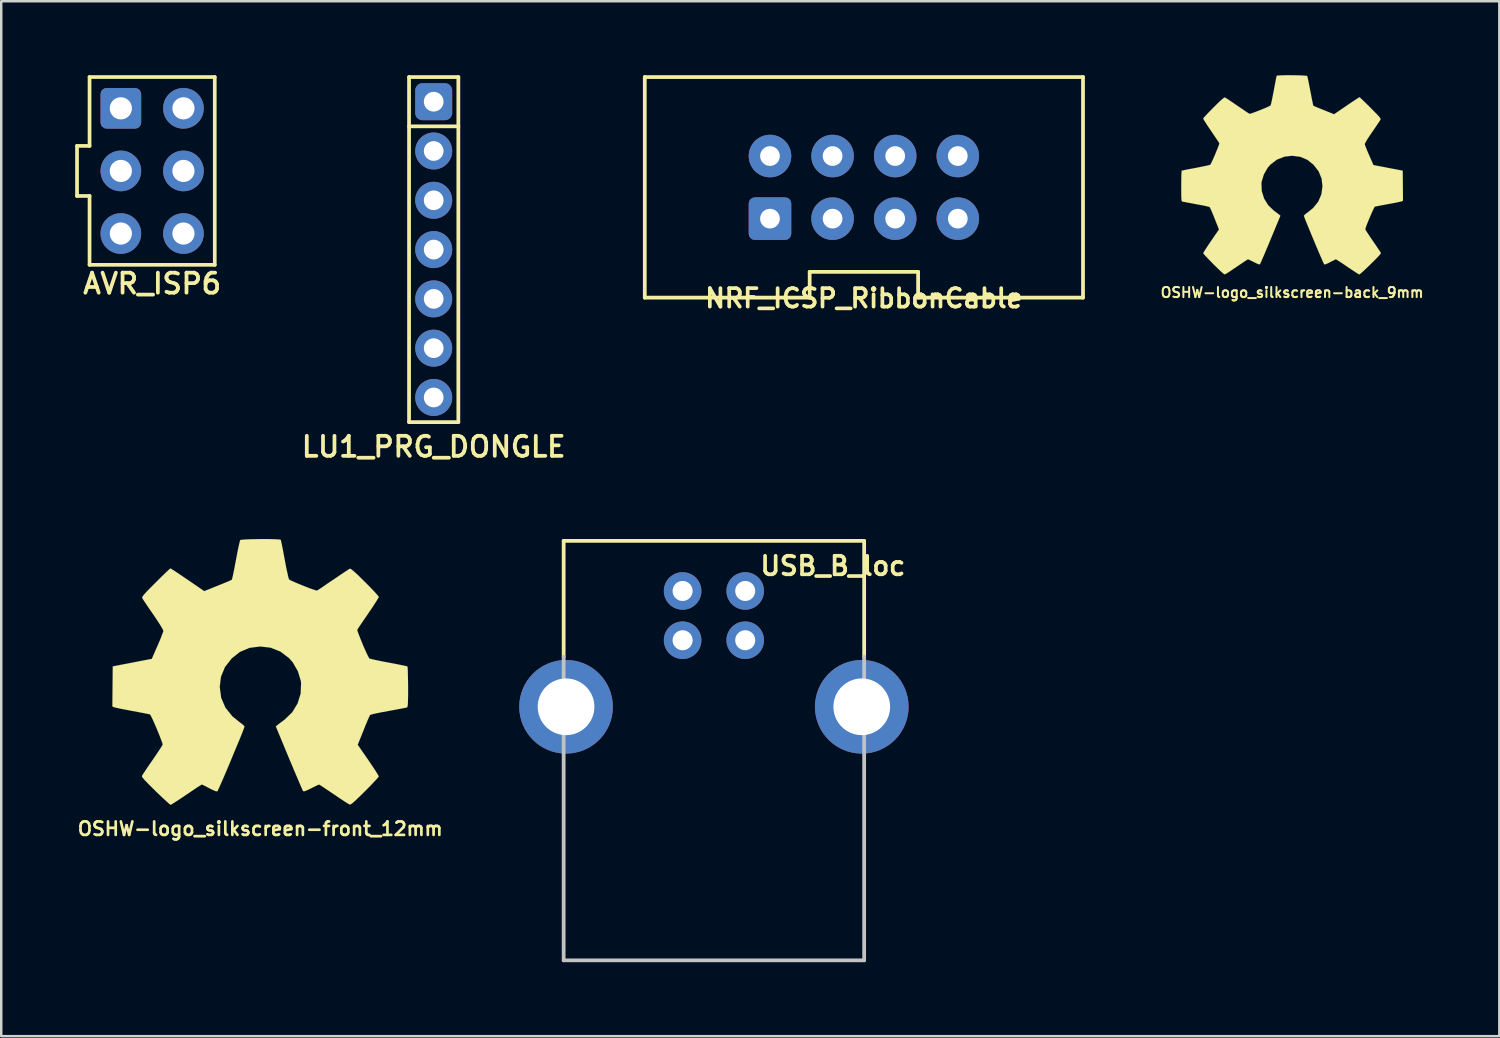
<source format=kicad_pcb>
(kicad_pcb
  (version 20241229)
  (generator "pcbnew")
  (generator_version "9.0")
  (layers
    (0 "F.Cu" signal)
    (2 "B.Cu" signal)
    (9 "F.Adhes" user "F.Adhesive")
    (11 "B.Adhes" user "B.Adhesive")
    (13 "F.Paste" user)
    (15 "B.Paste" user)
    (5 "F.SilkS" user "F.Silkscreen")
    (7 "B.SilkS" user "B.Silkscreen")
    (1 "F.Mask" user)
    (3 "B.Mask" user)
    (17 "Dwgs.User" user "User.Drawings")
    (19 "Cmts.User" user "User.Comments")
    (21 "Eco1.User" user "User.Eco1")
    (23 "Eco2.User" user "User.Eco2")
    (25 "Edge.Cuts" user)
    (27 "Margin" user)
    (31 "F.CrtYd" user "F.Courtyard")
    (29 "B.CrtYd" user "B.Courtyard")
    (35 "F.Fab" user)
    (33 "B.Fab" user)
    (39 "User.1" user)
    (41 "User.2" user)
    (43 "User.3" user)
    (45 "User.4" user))
  (footprint "OSHW-logo_silkscreen-back_9mm"
    (layer "F.Cu")
    (at 49.374 4.045)
    (property "Reference" "OSHW-logo_silkscreen-back_9mm" (at 0 4.773 0) (layer "F.SilkS") (effects (font (size 0.409 0.409) (thickness 0.081))))
    (fp_poly (pts (xy 2.728 4.041) (xy 2.68 4.018) (xy 2.576 3.95) (xy 2.426 3.853) (xy 2.248 3.734) (xy 2.07 3.612) (xy 1.923 3.515) (xy 1.819 3.449) (xy 1.778 3.426) (xy 1.753 3.434) (xy 1.669 3.475) (xy 1.547 3.538) (xy 1.476 3.576) (xy 1.361 3.625) (xy 1.306 3.635) (xy 1.298 3.619) (xy 1.255 3.533) (xy 1.191 3.386) (xy 1.105 3.19) (xy 1.008 2.962) (xy 0.904 2.715) (xy 0.8 2.464) (xy 0.701 2.225) (xy 0.612 2.009) (xy 0.541 1.834) (xy 0.495 1.712) (xy 0.478 1.659) (xy 0.483 1.648) (xy 0.538 1.593) (xy 0.638 1.519) (xy 0.851 1.346) (xy 1.062 1.085) (xy 1.189 0.787) (xy 1.232 0.455) (xy 1.196 0.147) (xy 1.074 -0.147) (xy 0.869 -0.411) (xy 0.62 -0.61) (xy 0.328 -0.734) (xy 0 -0.775) (xy -0.312 -0.739) (xy -0.615 -0.62) (xy -0.879 -0.419) (xy -0.991 -0.29) (xy -1.146 -0.02) (xy -1.234 0.267) (xy -1.245 0.34) (xy -1.232 0.658) (xy -1.138 0.96) (xy -0.97 1.232) (xy -0.739 1.453) (xy -0.711 1.473) (xy -0.602 1.554) (xy -0.531 1.61) (xy -0.475 1.656) (xy -0.876 2.624) (xy -0.94 2.779) (xy -1.052 3.043) (xy -1.148 3.272) (xy -1.227 3.452) (xy -1.28 3.574) (xy -1.303 3.622) (xy -1.306 3.625) (xy -1.341 3.632) (xy -1.415 3.604) (xy -1.549 3.538) (xy -1.641 3.493) (xy -1.742 3.444) (xy -1.788 3.426) (xy -1.829 3.447) (xy -1.928 3.51) (xy -2.07 3.607) (xy -2.245 3.724) (xy -2.408 3.835) (xy -2.56 3.937) (xy -2.672 4.008) (xy -2.725 4.036) (xy -2.733 4.036) (xy -2.781 4.011) (xy -2.868 3.937) (xy -3 3.813) (xy -3.188 3.627) (xy -3.216 3.599) (xy -3.368 3.444) (xy -3.493 3.312) (xy -3.576 3.221) (xy -3.607 3.178) (xy -3.579 3.124) (xy -3.51 3.015) (xy -3.409 2.86) (xy -3.287 2.68) (xy -2.967 2.215) (xy -3.142 1.775) (xy -3.195 1.641) (xy -3.264 1.476) (xy -3.317 1.359) (xy -3.343 1.308) (xy -3.391 1.293) (xy -3.51 1.262) (xy -3.686 1.227) (xy -3.894 1.189) (xy -4.092 1.151) (xy -4.27 1.118) (xy -4.399 1.092) (xy -4.458 1.082) (xy -4.473 1.072) (xy -4.483 1.044) (xy -4.491 0.983) (xy -4.496 0.874) (xy -4.498 0.704) (xy -4.498 0.455) (xy -4.498 0.429) (xy -4.496 0.191) (xy -4.493 0.003) (xy -4.486 -0.119) (xy -4.478 -0.168) (xy -4.475 -0.17) (xy -4.422 -0.183) (xy -4.295 -0.211) (xy -4.115 -0.244) (xy -3.901 -0.284) (xy -3.889 -0.287) (xy -3.675 -0.33) (xy -3.498 -0.366) (xy -3.373 -0.394) (xy -3.32 -0.411) (xy -3.31 -0.427) (xy -3.266 -0.511) (xy -3.205 -0.643) (xy -3.134 -0.803) (xy -3.066 -0.97) (xy -3.005 -1.12) (xy -2.964 -1.232) (xy -2.951 -1.283) (xy -2.951 -1.285) (xy -2.985 -1.336) (xy -3.058 -1.445) (xy -3.162 -1.598) (xy -3.284 -1.781) (xy -3.294 -1.793) (xy -3.416 -1.974) (xy -3.515 -2.126) (xy -3.584 -2.235) (xy -3.607 -2.283) (xy -3.607 -2.286) (xy -3.566 -2.339) (xy -3.475 -2.441) (xy -3.343 -2.578) (xy -3.185 -2.738) (xy -3.137 -2.786) (xy -2.962 -2.959) (xy -2.84 -3.068) (xy -2.764 -3.129) (xy -2.728 -3.142) (xy -2.725 -3.142) (xy -2.672 -3.109) (xy -2.558 -3.035) (xy -2.405 -2.931) (xy -2.223 -2.807) (xy -2.21 -2.797) (xy -2.029 -2.675) (xy -1.88 -2.573) (xy -1.773 -2.504) (xy -1.727 -2.477) (xy -1.717 -2.477) (xy -1.646 -2.497) (xy -1.516 -2.543) (xy -1.359 -2.603) (xy -1.194 -2.67) (xy -1.041 -2.733) (xy -0.93 -2.786) (xy -0.876 -2.814) (xy -0.874 -2.817) (xy -0.853 -2.883) (xy -0.823 -3.018) (xy -0.785 -3.203) (xy -0.744 -3.421) (xy -0.737 -3.457) (xy -0.696 -3.673) (xy -0.663 -3.851) (xy -0.638 -3.973) (xy -0.625 -4.023) (xy -0.594 -4.028) (xy -0.488 -4.036) (xy -0.33 -4.041) (xy -0.135 -4.044) (xy 0.069 -4.041) (xy 0.267 -4.039) (xy 0.437 -4.031) (xy 0.559 -4.023) (xy 0.61 -4.013) (xy 0.61 -4.011) (xy 0.63 -3.945) (xy 0.658 -3.81) (xy 0.696 -3.622) (xy 0.739 -3.401) (xy 0.747 -3.363) (xy 0.787 -3.15) (xy 0.823 -2.974) (xy 0.848 -2.852) (xy 0.861 -2.807) (xy 0.881 -2.797) (xy 0.97 -2.756) (xy 1.113 -2.697) (xy 1.29 -2.626) (xy 1.702 -2.459) (xy 2.207 -2.804) (xy 2.253 -2.837) (xy 2.436 -2.959) (xy 2.586 -3.058) (xy 2.69 -3.127) (xy 2.731 -3.152) (xy 2.736 -3.15) (xy 2.786 -3.106) (xy 2.885 -3.012) (xy 3.023 -2.878) (xy 3.183 -2.72) (xy 3.299 -2.601) (xy 3.439 -2.461) (xy 3.526 -2.365) (xy 3.574 -2.304) (xy 3.592 -2.268) (xy 3.586 -2.243) (xy 3.556 -2.192) (xy 3.48 -2.08) (xy 3.376 -1.925) (xy 3.254 -1.748) (xy 3.152 -1.598) (xy 3.043 -1.43) (xy 2.972 -1.308) (xy 2.946 -1.25) (xy 2.954 -1.224) (xy 2.987 -1.125) (xy 3.048 -0.975) (xy 3.124 -0.798) (xy 3.299 -0.399) (xy 3.561 -0.348) (xy 3.721 -0.318) (xy 3.942 -0.274) (xy 4.155 -0.234) (xy 4.488 -0.17) (xy 4.498 1.049) (xy 4.448 1.072) (xy 4.399 1.085) (xy 4.275 1.113) (xy 4.1 1.148) (xy 3.894 1.186) (xy 3.716 1.219) (xy 3.538 1.252) (xy 3.411 1.278) (xy 3.355 1.29) (xy 3.34 1.308) (xy 3.297 1.394) (xy 3.233 1.532) (xy 3.162 1.697) (xy 3.091 1.867) (xy 3.028 2.024) (xy 2.985 2.144) (xy 2.969 2.207) (xy 2.992 2.253) (xy 3.058 2.357) (xy 3.157 2.507) (xy 3.279 2.685) (xy 3.399 2.86) (xy 3.5 3.012) (xy 3.574 3.119) (xy 3.602 3.17) (xy 3.586 3.203) (xy 3.515 3.289) (xy 3.383 3.426) (xy 3.185 3.622) (xy 3.152 3.655) (xy 2.995 3.807) (xy 2.863 3.929) (xy 2.769 4.011) (xy 2.728 4.041)) (stroke (width 0.003) (type solid)) (fill yes) (layer "F.SilkS")))
  (footprint "USB_B_loc"
    (layer "F.Cu")
    (at 25.915 25.626)
    (property "Reference" "USB_B_loc" (at 4.826 -5.715 0) (layer "F.SilkS") (effects (font (size 0.75 0.75) (thickness 0.15) (bold yes))))
    (attr through_hole)
    (fp_line (start -6.096 -6.731) (end -6.096 -2.032) (stroke (width 0.152) (type solid)) (layer "F.SilkS"))
    (fp_line (start 6.096 -6.731) (end -6.096 -6.731) (stroke (width 0.152) (type solid)) (layer "F.SilkS"))
    (fp_line (start 6.096 -6.731) (end 6.096 -2.032) (stroke (width 0.152) (type solid)) (layer "F.SilkS"))
    (fp_line (start -6.096 10.287) (end -6.096 -2.032) (stroke (width 0.152) (type solid)) (layer "Dwgs.User"))
    (fp_line (start -6.096 10.287) (end 6.096 10.287) (stroke (width 0.152) (type solid)) (layer "Dwgs.User"))
    (fp_line (start 6.096 10.287) (end 6.096 -2.032) (stroke (width 0.152) (type solid)) (layer "Dwgs.User"))
    (pad "1" thru_hole circle (at 1.27 -4.699) (size 1.524 1.524) (drill 0.813) (layers "*.Cu" "*.Mask"))
    (pad "2" thru_hole circle (at -1.27 -4.699) (size 1.524 1.524) (drill 0.813) (layers "*.Cu" "*.Mask"))
    (pad "3" thru_hole circle (at -1.27 -2.7) (size 1.524 1.524) (drill 0.813) (layers "*.Cu" "*.Mask"))
    (pad "4" thru_hole circle (at 1.27 -2.7) (size 1.524 1.524) (drill 0.813) (layers "*.Cu" "*.Mask"))
    (pad "5" thru_hole circle (at -5.999 0) (size 3.8 3.8) (drill 2.3) (layers "*.Cu" "*.Mask"))
    (pad "5" thru_hole circle (at 5.999 0) (size 3.8 3.8) (drill 2.3) (layers "*.Cu" "*.Mask")))
  (footprint "AVR_ISP6"
    (layer "F.Cu")
    (at 3.123 3.885)
    (property "Reference" "AVR_ISP6" (at 0 4.572 0) (layer "F.SilkS") (effects (font (size 0.813 0.813) (thickness 0.152))))
    (attr through_hole)
    (fp_line (start -3.048 -1.016) (end -2.54 -1.016) (stroke (width 0.15) (type solid)) (layer "F.SilkS"))
    (fp_line (start -3.048 1.016) (end -3.048 -1.016) (stroke (width 0.15) (type solid)) (layer "F.SilkS"))
    (fp_line (start -2.54 -3.81) (end 2.54 -3.81) (stroke (width 0.15) (type solid)) (layer "F.SilkS"))
    (fp_line (start -2.54 -1.016) (end -2.54 -3.81) (stroke (width 0.15) (type solid)) (layer "F.SilkS"))
    (fp_line (start -2.54 1.016) (end -3.048 1.016) (stroke (width 0.15) (type solid)) (layer "F.SilkS"))
    (fp_line (start -2.54 3.81) (end -2.54 1.016) (stroke (width 0.15) (type solid)) (layer "F.SilkS"))
    (fp_line (start 2.54 -3.81) (end 2.54 3.81) (stroke (width 0.15) (type solid)) (layer "F.SilkS"))
    (fp_line (start 2.54 3.81) (end -2.54 3.81) (stroke (width 0.15) (type solid)) (layer "F.SilkS"))
    (pad "1" thru_hole roundrect (at -1.27 -2.54) (size 1.65 1.65) (drill 0.9) (layers "*.Cu" "*.Mask") (roundrect_rratio 0.152))
    (pad "2" thru_hole circle (at 1.27 -2.54) (size 1.65 1.65) (drill 0.9) (layers "*.Cu" "*.Mask"))
    (pad "3" thru_hole circle (at -1.27 0) (size 1.65 1.65) (drill 0.9) (layers "*.Cu" "*.Mask"))
    (pad "4" thru_hole circle (at 1.27 0) (size 1.65 1.65) (drill 0.9) (layers "*.Cu" "*.Mask"))
    (pad "5" thru_hole circle (at -1.27 2.54) (size 1.65 1.65) (drill 0.9) (layers "*.Cu" "*.Mask"))
    (pad "6" thru_hole circle (at 1.27 2.54) (size 1.65 1.65) (drill 0.9) (layers "*.Cu" "*.Mask")))
  (footprint "OSHW-logo_silkscreen-front_12mm"
    (layer "F.Cu")
    (at 7.508 24.213)
    (property "Reference" "OSHW-logo_silkscreen-front_12mm" (at 0 6.363 0) (layer "F.SilkS") (effects (font (size 0.546 0.546) (thickness 0.109))))
    (fp_poly (pts (xy -3.637 5.39) (xy -3.574 5.357) (xy -3.434 5.268) (xy -3.233 5.138) (xy -2.997 4.978) (xy -2.758 4.818) (xy -2.563 4.686) (xy -2.426 4.6) (xy -2.37 4.567) (xy -2.339 4.577) (xy -2.225 4.633) (xy -2.062 4.719) (xy -1.966 4.768) (xy -1.816 4.834) (xy -1.742 4.846) (xy -1.73 4.826) (xy -1.674 4.709) (xy -1.587 4.514) (xy -1.473 4.252) (xy -1.344 3.95) (xy -1.206 3.619) (xy -1.067 3.284) (xy -0.935 2.967) (xy -0.815 2.68) (xy -0.721 2.446) (xy -0.66 2.283) (xy -0.638 2.212) (xy -0.645 2.197) (xy -0.719 2.126) (xy -0.851 2.027) (xy -1.135 1.796) (xy -1.415 1.445) (xy -1.585 1.049) (xy -1.643 0.607) (xy -1.595 0.198) (xy -1.433 -0.196) (xy -1.158 -0.549) (xy -0.826 -0.813) (xy -0.437 -0.978) (xy 0 -1.034) (xy 0.419 -0.986) (xy 0.82 -0.828) (xy 1.173 -0.559) (xy 1.323 -0.386) (xy 1.529 -0.028) (xy 1.646 0.358) (xy 1.659 0.455) (xy 1.641 0.876) (xy 1.516 1.28) (xy 1.295 1.641) (xy 0.986 1.938) (xy 0.947 1.966) (xy 0.803 2.073) (xy 0.709 2.146) (xy 0.632 2.207) (xy 1.168 3.5) (xy 1.255 3.706) (xy 1.402 4.056) (xy 1.532 4.361) (xy 1.636 4.605) (xy 1.707 4.765) (xy 1.737 4.831) (xy 1.742 4.834) (xy 1.788 4.841) (xy 1.887 4.806) (xy 2.068 4.719) (xy 2.187 4.658) (xy 2.324 4.592) (xy 2.385 4.567) (xy 2.438 4.595) (xy 2.57 4.681) (xy 2.761 4.811) (xy 2.992 4.966) (xy 3.213 5.116) (xy 3.416 5.25) (xy 3.564 5.344) (xy 3.635 5.382) (xy 3.645 5.382) (xy 3.708 5.347) (xy 3.825 5.25) (xy 4 5.083) (xy 4.249 4.839) (xy 4.288 4.801) (xy 4.493 4.592) (xy 4.658 4.417) (xy 4.77 4.293) (xy 4.811 4.237) (xy 4.773 4.166) (xy 4.681 4.018) (xy 4.547 3.815) (xy 4.384 3.574) (xy 3.955 2.954) (xy 4.191 2.367) (xy 4.262 2.187) (xy 4.354 1.968) (xy 4.422 1.814) (xy 4.458 1.745) (xy 4.521 1.722) (xy 4.681 1.684) (xy 4.915 1.636) (xy 5.192 1.585) (xy 5.456 1.537) (xy 5.695 1.491) (xy 5.867 1.458) (xy 5.946 1.443) (xy 5.964 1.43) (xy 5.979 1.392) (xy 5.989 1.311) (xy 5.994 1.166) (xy 5.999 0.937) (xy 5.999 0.607) (xy 5.999 0.572) (xy 5.994 0.257) (xy 5.989 0.005) (xy 5.982 -0.16) (xy 5.969 -0.226) (xy 5.895 -0.244) (xy 5.725 -0.279) (xy 5.486 -0.328) (xy 5.202 -0.381) (xy 5.184 -0.384) (xy 4.9 -0.439) (xy 4.663 -0.488) (xy 4.496 -0.526) (xy 4.427 -0.549) (xy 4.412 -0.569) (xy 4.354 -0.681) (xy 4.272 -0.856) (xy 4.178 -1.069) (xy 4.087 -1.293) (xy 4.006 -1.494) (xy 3.952 -1.643) (xy 3.937 -1.712) (xy 3.98 -1.781) (xy 4.077 -1.928) (xy 4.216 -2.131) (xy 4.381 -2.372) (xy 4.394 -2.393) (xy 4.557 -2.631) (xy 4.689 -2.835) (xy 4.778 -2.979) (xy 4.811 -3.043) (xy 4.811 -3.048) (xy 4.755 -3.119) (xy 4.633 -3.256) (xy 4.458 -3.439) (xy 4.249 -3.65) (xy 4.181 -3.716) (xy 3.95 -3.945) (xy 3.787 -4.092) (xy 3.686 -4.173) (xy 3.637 -4.191) (xy 3.635 -4.188) (xy 3.564 -4.145) (xy 3.411 -4.046) (xy 3.205 -3.907) (xy 2.962 -3.741) (xy 2.946 -3.731) (xy 2.705 -3.569) (xy 2.507 -3.432) (xy 2.365 -3.338) (xy 2.301 -3.302) (xy 2.291 -3.302) (xy 2.195 -3.33) (xy 2.024 -3.388) (xy 1.814 -3.47) (xy 1.593 -3.559) (xy 1.389 -3.645) (xy 1.24 -3.713) (xy 1.168 -3.754) (xy 1.166 -3.757) (xy 1.14 -3.843) (xy 1.1 -4.023) (xy 1.046 -4.27) (xy 0.993 -4.564) (xy 0.983 -4.61) (xy 0.93 -4.897) (xy 0.884 -5.133) (xy 0.848 -5.296) (xy 0.833 -5.364) (xy 0.792 -5.372) (xy 0.653 -5.382) (xy 0.439 -5.39) (xy 0.18 -5.392) (xy -0.091 -5.39) (xy -0.356 -5.385) (xy -0.582 -5.377) (xy -0.744 -5.364) (xy -0.813 -5.352) (xy -0.815 -5.347) (xy -0.838 -5.258) (xy -0.879 -5.08) (xy -0.93 -4.831) (xy -0.986 -4.536) (xy -0.996 -4.483) (xy -1.049 -4.199) (xy -1.097 -3.965) (xy -1.133 -3.805) (xy -1.151 -3.741) (xy -1.176 -3.729) (xy -1.293 -3.675) (xy -1.483 -3.597) (xy -1.722 -3.5) (xy -2.271 -3.279) (xy -2.944 -3.741) (xy -3.005 -3.782) (xy -3.249 -3.947) (xy -3.447 -4.079) (xy -3.586 -4.168) (xy -3.642 -4.201) (xy -3.647 -4.199) (xy -3.716 -4.14) (xy -3.848 -4.016) (xy -4.031 -3.838) (xy -4.242 -3.627) (xy -4.399 -3.47) (xy -4.585 -3.282) (xy -4.702 -3.155) (xy -4.768 -3.073) (xy -4.79 -3.023) (xy -4.783 -2.99) (xy -4.74 -2.921) (xy -4.641 -2.774) (xy -4.503 -2.568) (xy -4.338 -2.332) (xy -4.204 -2.131) (xy -4.056 -1.905) (xy -3.962 -1.745) (xy -3.929 -1.666) (xy -3.937 -1.633) (xy -3.985 -1.501) (xy -4.064 -1.3) (xy -4.166 -1.064) (xy -4.399 -0.531) (xy -4.75 -0.465) (xy -4.961 -0.424) (xy -5.258 -0.366) (xy -5.542 -0.312) (xy -5.984 -0.226) (xy -5.999 1.4) (xy -5.931 1.43) (xy -5.865 1.448) (xy -5.702 1.483) (xy -5.469 1.529) (xy -5.192 1.582) (xy -4.956 1.626) (xy -4.719 1.671) (xy -4.549 1.704) (xy -4.473 1.72) (xy -4.455 1.745) (xy -4.394 1.862) (xy -4.31 2.042) (xy -4.216 2.263) (xy -4.122 2.489) (xy -4.039 2.7) (xy -3.98 2.86) (xy -3.957 2.944) (xy -3.99 3.005) (xy -4.079 3.145) (xy -4.211 3.343) (xy -4.371 3.579) (xy -4.534 3.815) (xy -4.669 4.016) (xy -4.765 4.161) (xy -4.803 4.227) (xy -4.783 4.272) (xy -4.689 4.387) (xy -4.511 4.569) (xy -4.247 4.831) (xy -4.204 4.874) (xy -3.993 5.075) (xy -3.815 5.24) (xy -3.693 5.349) (xy -3.637 5.39)) (stroke (width 0.003) (type solid)) (fill yes) (layer "F.SilkS")))
  (footprint "NRF_ICSP_RibbonCable"
    (layer "F.Cu")
    (at 32 4.551)
    (property "Reference" "NRF_ICSP_RibbonCable" (at 0 4.5 180) (layer "F.SilkS") (effects (font (size 0.75 0.75) (thickness 0.15) (bold yes))))
    (attr through_hole)
    (fp_line (start -8.89 -4.475) (end -8.89 4.475) (stroke (width 0.152) (type solid)) (layer "F.SilkS"))
    (fp_line (start -8.89 4.475) (end -2.2 4.475) (stroke (width 0.152) (type solid)) (layer "F.SilkS"))
    (fp_line (start -2.2 3.429) (end -2.2 4.475) (stroke (width 0.152) (type solid)) (layer "F.SilkS"))
    (fp_line (start -2.2 3.429) (end 2.2 3.429) (stroke (width 0.152) (type solid)) (layer "F.SilkS"))
    (fp_line (start 2.2 3.429) (end 2.2 4.475) (stroke (width 0.152) (type solid)) (layer "F.SilkS"))
    (fp_line (start 2.2 4.475) (end 8.89 4.475) (stroke (width 0.152) (type solid)) (layer "F.SilkS"))
    (fp_line (start 8.89 -4.475) (end -8.89 -4.475) (stroke (width 0.152) (type solid)) (layer "F.SilkS"))
    (fp_line (start 8.89 4.475) (end 8.89 -4.475) (stroke (width 0.152) (type solid)) (layer "F.SilkS"))
    (pad "1" thru_hole roundrect (at -3.81 1.27) (size 1.727 1.727) (drill 0.8) (layers "*.Cu" "*.Mask") (roundrect_rratio 0.145))
    (pad "2" thru_hole oval (at -3.81 -1.27) (size 1.727 1.727) (drill 0.8) (layers "*.Cu" "*.Mask"))
    (pad "3" thru_hole oval (at -1.27 1.27) (size 1.727 1.727) (drill 0.8) (layers "*.Cu" "*.Mask"))
    (pad "4" thru_hole oval (at -1.27 -1.27) (size 1.727 1.727) (drill 0.8) (layers "*.Cu" "*.Mask"))
    (pad "5" thru_hole oval (at 1.27 1.27) (size 1.727 1.727) (drill 0.8) (layers "*.Cu" "*.Mask"))
    (pad "6" thru_hole oval (at 1.27 -1.27) (size 1.727 1.727) (drill 0.8) (layers "*.Cu" "*.Mask"))
    (pad "7" thru_hole oval (at 3.81 1.27) (size 1.727 1.727) (drill 0.8) (layers "*.Cu" "*.Mask"))
    (pad "8" thru_hole oval (at 3.81 -1.27) (size 1.727 1.727) (drill 0.8) (layers "*.Cu" "*.Mask")))
  (footprint "LU1_PRG_DONGLE"
    (layer "F.Cu")
    (at 14.546 7.076)
    (property "Reference" "LU1_PRG_DONGLE" (at 0 8 0) (layer "F.SilkS") (effects (font (size 0.813 0.813) (thickness 0.152))))
    (attr through_hole)
    (fp_line (start -1 -7) (end 1 -7) (stroke (width 0.152) (type solid)) (layer "F.SilkS"))
    (fp_line (start -1 -5) (end 1 -5) (stroke (width 0.152) (type solid)) (layer "F.SilkS"))
    (fp_line (start -1 7) (end -1 -7) (stroke (width 0.152) (type solid)) (layer "F.SilkS"))
    (fp_line (start 1 -7) (end 1 7) (stroke (width 0.152) (type solid)) (layer "F.SilkS"))
    (fp_line (start 1 7) (end -1 7) (stroke (width 0.152) (type solid)) (layer "F.SilkS"))
    (pad "1" thru_hole roundrect (at 0 -6) (size 1.5 1.5) (drill 0.8) (layers "*.Cu" "*.Mask") (roundrect_rratio 0.192))
    (pad "2" thru_hole circle (at 0 -4) (size 1.5 1.5) (drill 0.8) (layers "*.Cu" "*.Mask"))
    (pad "3" thru_hole circle (at 0 -2) (size 1.5 1.5) (drill 0.8) (layers "*.Cu" "*.Mask"))
    (pad "4" thru_hole circle (at 0 0) (size 1.5 1.5) (drill 0.8) (layers "*.Cu" "*.Mask"))
    (pad "5" thru_hole circle (at 0 2) (size 1.5 1.5) (drill 0.8) (layers "*.Cu" "*.Mask"))
    (pad "6" thru_hole circle (at 0 4) (size 1.5 1.5) (drill 0.8) (layers "*.Cu" "*.Mask"))
    (pad "7" thru_hole circle (at 0 6) (size 1.5 1.5) (drill 0.8) (layers "*.Cu" "*.Mask")))
  (gr_rect
    (start -3 -3)
    (end 57.781 38.99)
    (stroke (width 0.1) (type default))
    (fill no)
    (layer "Edge.Cuts")))
</source>
